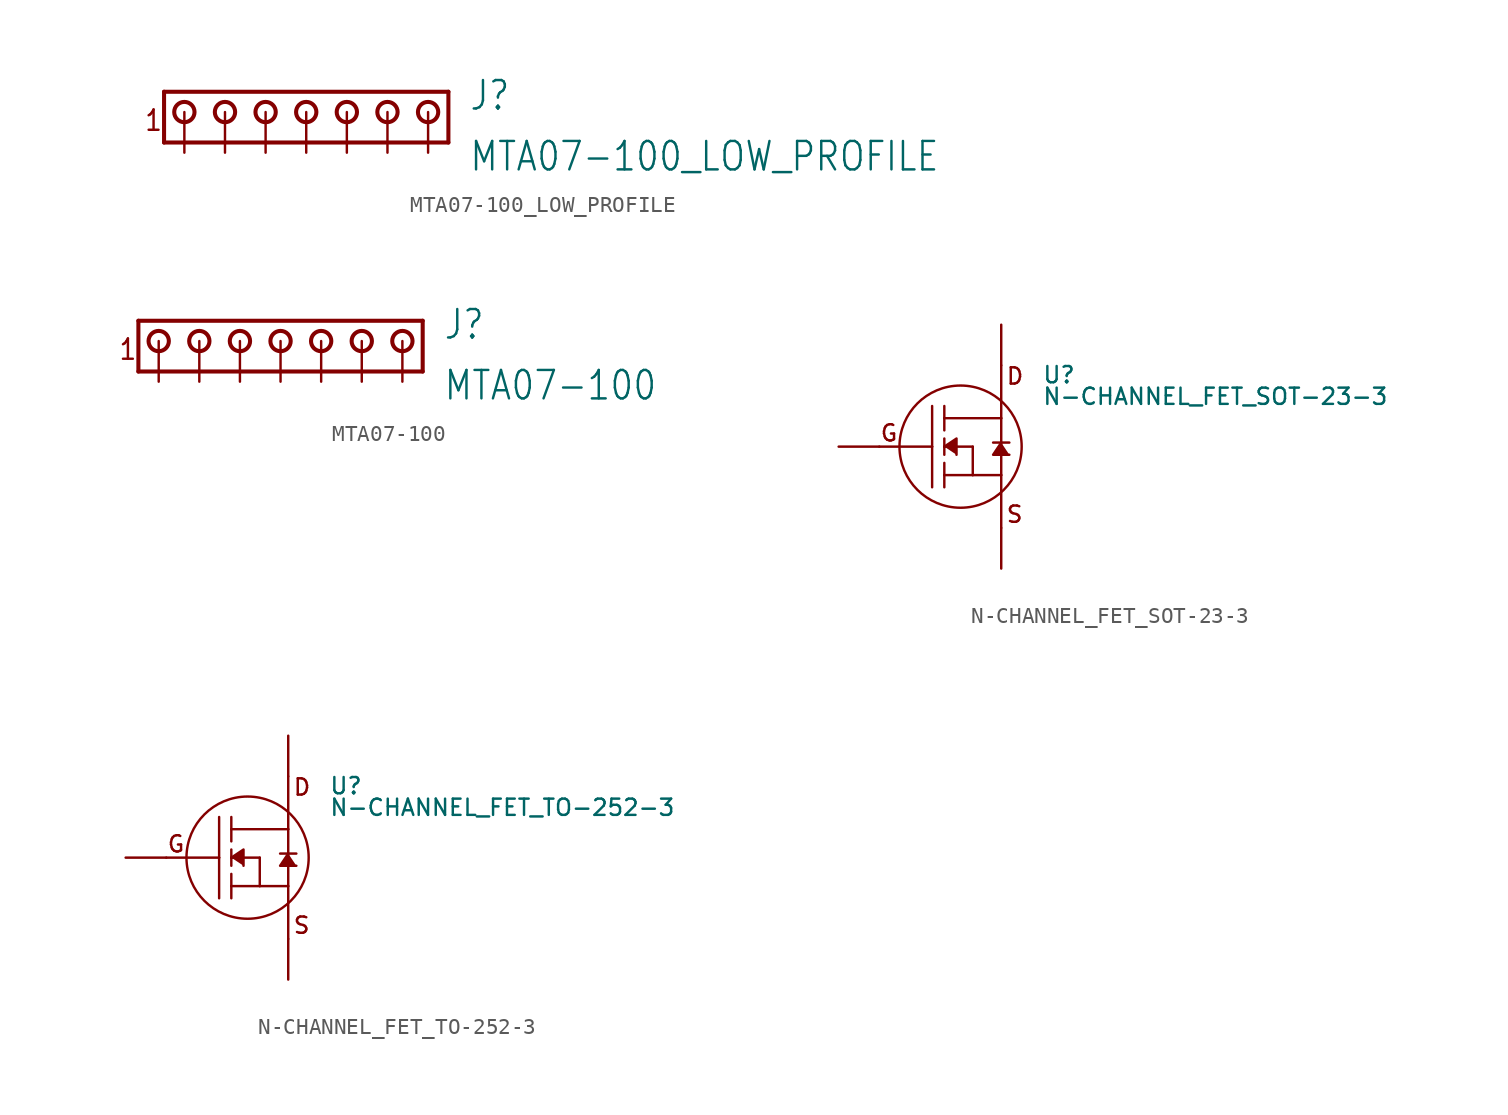
<source format=kicad_sym>
(kicad_symbol_lib
  (version 20211014)
  (generator kicad_symbol_editor)
  (symbol "MTA07-100_LOW_PROFILE"
    (property "Reference" "J"
      (at 10.16 0 0)
      (effects (font (size 1.778 1.511)) (justify left bottom)))
    (property "Value" "MTA07-100_LOW_PROFILE"
      (at 10.16 -3.81 0)
      (effects (font (size 1.778 1.511)) (justify left bottom)))
    (property "ki_locked" ""
      (at 0 0 0)
      (effects (font (size 1.27 1.27))))
    (symbol "MTA07-100_LOW_PROFILE_1_0"
      (circle (center -7.62 0) (radius 0.635) (stroke (width 0.254) (type default) (color 0 0 0 0)) (fill (type none)))
      (circle (center -5.08 0) (radius 0.635) (stroke (width 0.254) (type default) (color 0 0 0 0)) (fill (type none)))
      (circle (center -2.54 0) (radius 0.635) (stroke (width 0.254) (type default) (color 0 0 0 0)) (fill (type none)))
      (polyline (pts (xy -8.89 1.27) (xy -8.89 -1.905)) (stroke (width 0.254) (type default) (color 0 0 0 0)) (fill (type none)))
      (polyline (pts (xy -8.89 1.27) (xy 8.89 1.27)) (stroke (width 0.254) (type default) (color 0 0 0 0)) (fill (type none)))
      (polyline (pts (xy 8.89 -1.905) (xy -8.89 -1.905)) (stroke (width 0.254) (type default) (color 0 0 0 0)) (fill (type none)))
      (polyline (pts (xy 8.89 -1.905) (xy 8.89 1.27)) (stroke (width 0.254) (type default) (color 0 0 0 0)) (fill (type none)))
      (circle (center 0 0) (radius 0.635) (stroke (width 0.254) (type default) (color 0 0 0 0)) (fill (type none)))
      (circle (center 2.54 0) (radius 0.635) (stroke (width 0.254) (type default) (color 0 0 0 0)) (fill (type none)))
      (circle (center 5.08 0) (radius 0.635) (stroke (width 0.254) (type default) (color 0 0 0 0)) (fill (type none)))
      (circle (center 7.62 0) (radius 0.635) (stroke (width 0.254) (type default) (color 0 0 0 0)) (fill (type none)))
      (text "1" (at -10.16 -1.27 0) (effects (font (size 1.27 1.079)) (justify left bottom)))
      (pin passive line (at -7.62 -2.54 90) (length 2.54) (name "1" (effects (font (size 0 0)))) (number "P$1" (effects (font (size 0 0)))))
      (pin passive line (at -5.08 -2.54 90) (length 2.54) (name "2" (effects (font (size 0 0)))) (number "P$2" (effects (font (size 0 0)))))
      (pin passive line (at -2.54 -2.54 90) (length 2.54) (name "3" (effects (font (size 0 0)))) (number "P$3" (effects (font (size 0 0)))))
      (pin passive line (at 0 -2.54 90) (length 2.54) (name "4" (effects (font (size 0 0)))) (number "P$4" (effects (font (size 0 0)))))
      (pin passive line (at 2.54 -2.54 90) (length 2.54) (name "5" (effects (font (size 0 0)))) (number "P$5" (effects (font (size 0 0)))))
      (pin passive line (at 5.08 -2.54 90) (length 2.54) (name "6" (effects (font (size 0 0)))) (number "P$6" (effects (font (size 0 0)))))
      (pin passive line (at 7.62 -2.54 90) (length 2.54) (name "7" (effects (font (size 0 0)))) (number "P$7" (effects (font (size 0 0)))))))
  (symbol "MTA07-100"
    (property "Reference" "J"
      (at 10.16 0 0)
      (effects (font (size 1.778 1.511)) (justify left bottom)))
    (property "Value" "MTA07-100"
      (at 10.16 -3.81 0)
      (effects (font (size 1.778 1.511)) (justify left bottom)))
    (property "ki_locked" ""
      (at 0 0 0)
      (effects (font (size 1.27 1.27))))
    (symbol "MTA07-100_1_0"
      (circle (center -7.62 0) (radius 0.635) (stroke (width 0.254) (type default) (color 0 0 0 0)) (fill (type none)))
      (circle (center -5.08 0) (radius 0.635) (stroke (width 0.254) (type default) (color 0 0 0 0)) (fill (type none)))
      (circle (center -2.54 0) (radius 0.635) (stroke (width 0.254) (type default) (color 0 0 0 0)) (fill (type none)))
      (polyline (pts (xy -8.89 1.27) (xy -8.89 -1.905)) (stroke (width 0.254) (type default) (color 0 0 0 0)) (fill (type none)))
      (polyline (pts (xy -8.89 1.27) (xy 8.89 1.27)) (stroke (width 0.254) (type default) (color 0 0 0 0)) (fill (type none)))
      (polyline (pts (xy 8.89 -1.905) (xy -8.89 -1.905)) (stroke (width 0.254) (type default) (color 0 0 0 0)) (fill (type none)))
      (polyline (pts (xy 8.89 -1.905) (xy 8.89 1.27)) (stroke (width 0.254) (type default) (color 0 0 0 0)) (fill (type none)))
      (circle (center 0 0) (radius 0.635) (stroke (width 0.254) (type default) (color 0 0 0 0)) (fill (type none)))
      (circle (center 2.54 0) (radius 0.635) (stroke (width 0.254) (type default) (color 0 0 0 0)) (fill (type none)))
      (circle (center 5.08 0) (radius 0.635) (stroke (width 0.254) (type default) (color 0 0 0 0)) (fill (type none)))
      (circle (center 7.62 0) (radius 0.635) (stroke (width 0.254) (type default) (color 0 0 0 0)) (fill (type none)))
      (text "1" (at -10.16 -1.27 0) (effects (font (size 1.27 1.079)) (justify left bottom)))
      (pin passive line (at -7.62 -2.54 90) (length 2.54) (name "1" (effects (font (size 0 0)))) (number "1" (effects (font (size 0 0)))))
      (pin passive line (at -5.08 -2.54 90) (length 2.54) (name "2" (effects (font (size 0 0)))) (number "2" (effects (font (size 0 0)))))
      (pin passive line (at -2.54 -2.54 90) (length 2.54) (name "3" (effects (font (size 0 0)))) (number "3" (effects (font (size 0 0)))))
      (pin passive line (at 0 -2.54 90) (length 2.54) (name "4" (effects (font (size 0 0)))) (number "4" (effects (font (size 0 0)))))
      (pin passive line (at 2.54 -2.54 90) (length 2.54) (name "5" (effects (font (size 0 0)))) (number "5" (effects (font (size 0 0)))))
      (pin passive line (at 5.08 -2.54 90) (length 2.54) (name "6" (effects (font (size 0 0)))) (number "6" (effects (font (size 0 0)))))
      (pin passive line (at 7.62 -2.54 90) (length 2.54) (name "7" (effects (font (size 0 0)))) (number "7" (effects (font (size 0 0)))))))
  (symbol "N-CHANNEL_FET_SOT-23-3"
    (property "Reference" "U"
      (at 5.08 5.08 0)
      (effects (font (size 1.016 1.016)) (justify left top)))
    (property "Value" "N-CHANNEL_FET_SOT-23-3"
      (at 5.08 2.54 0)
      (effects (font (size 1.016 1.016)) (justify left bottom)))
    (property "ki_locked" ""
      (at 0 0 0)
      (effects (font (size 1.27 1.27))))
    (symbol "N-CHANNEL_FET_SOT-23-3_1_0"
      (polyline (pts (xy -5.08 0) (xy -1.778 0)) (stroke (width 0.152) (type default) (color 0 0 0 0)) (fill (type none)))
      (polyline (pts (xy -1.778 0) (xy -1.778 -2.54)) (stroke (width 0.152) (type default) (color 0 0 0 0)) (fill (type none)))
      (polyline (pts (xy -1.778 0) (xy -1.778 2.54)) (stroke (width 0.152) (type default) (color 0 0 0 0)) (fill (type none)))
      (polyline (pts (xy -1.016 -1.778) (xy -1.016 -2.54)) (stroke (width 0.152) (type default) (color 0 0 0 0)) (fill (type none)))
      (polyline (pts (xy -1.016 -1.778) (xy -1.016 -1.016)) (stroke (width 0.152) (type default) (color 0 0 0 0)) (fill (type none)))
      (polyline (pts (xy -1.016 0) (xy -1.016 -0.508)) (stroke (width 0.152) (type default) (color 0 0 0 0)) (fill (type none)))
      (polyline (pts (xy -1.016 0) (xy 0.762 0)) (stroke (width 0.152) (type default) (color 0 0 0 0)) (fill (type none)))
      (polyline (pts (xy -1.016 0.508) (xy -1.016 0)) (stroke (width 0.152) (type default) (color 0 0 0 0)) (fill (type none)))
      (polyline (pts (xy -1.016 1.778) (xy -1.016 1.016)) (stroke (width 0.152) (type default) (color 0 0 0 0)) (fill (type none)))
      (polyline (pts (xy -1.016 1.778) (xy -1.016 2.54)) (stroke (width 0.152) (type default) (color 0 0 0 0)) (fill (type none)))
      (polyline (pts (xy 0.762 -1.778) (xy -1.016 -1.778)) (stroke (width 0.152) (type default) (color 0 0 0 0)) (fill (type none)))
      (polyline (pts (xy 0.762 0) (xy 0.762 -1.778)) (stroke (width 0.152) (type default) (color 0 0 0 0)) (fill (type none)))
      (polyline (pts (xy 2.032 0.254) (xy 3.048 0.254)) (stroke (width 0.152) (type default) (color 0 0 0 0)) (fill (type none)))
      (polyline (pts (xy 2.54 -5.08) (xy 2.54 -1.778)) (stroke (width 0.152) (type default) (color 0 0 0 0)) (fill (type none)))
      (polyline (pts (xy 2.54 -1.778) (xy 0.762 -1.778)) (stroke (width 0.152) (type default) (color 0 0 0 0)) (fill (type none)))
      (polyline (pts (xy 2.54 1.778) (xy -1.016 1.778)) (stroke (width 0.152) (type default) (color 0 0 0 0)) (fill (type none)))
      (polyline (pts (xy 2.54 1.778) (xy 2.54 -1.778)) (stroke (width 0.152) (type default) (color 0 0 0 0)) (fill (type none)))
      (polyline (pts (xy 2.54 5.08) (xy 2.54 1.778)) (stroke (width 0.152) (type default) (color 0 0 0 0)) (fill (type none)))
      (polyline (pts (xy -1.016 0) (xy -0.254 0.508) (xy -0.254 -0.508)) (stroke (width 0) (type default) (color 0 0 0 0)) (fill (type outline)))
      (polyline (pts (xy 2.54 0.254) (xy 2.032 -0.508) (xy 3.048 -0.508)) (stroke (width 0) (type default) (color 0 0 0 0)) (fill (type outline)))
      (circle (center 0 0) (radius 3.818) (stroke (width 0.152) (type default) (color 0 0 0 0)) (fill (type none)))
      (text "D" (at 2.794 3.81 0) (effects (font (size 1.016 1.016)) (justify left bottom)))
      (text "G" (at -5.08 0.254 0) (effects (font (size 1.016 1.016)) (justify left bottom)))
      (text "S" (at 2.794 -4.826 0) (effects (font (size 1.016 1.016)) (justify left bottom)))
      (pin bidirectional line (at -7.62 0 0) (length 2.54) (name "GATE" (effects (font (size 0 0)))) (number "P$1" (effects (font (size 0 0)))))
      (pin bidirectional line (at 2.54 -7.62 90) (length 2.54) (name "SOURCE" (effects (font (size 0 0)))) (number "P$2" (effects (font (size 0 0)))))
      (pin bidirectional line (at 2.54 7.62 270) (length 2.54) (name "DRAIN" (effects (font (size 0 0)))) (number "P$3" (effects (font (size 0 0)))))))
  (symbol "N-CHANNEL_FET_TO-252-3"
    (property "Reference" "U"
      (at 5.08 5.08 0)
      (effects (font (size 1.016 1.016)) (justify left top)))
    (property "Value" "N-CHANNEL_FET_TO-252-3"
      (at 5.08 2.54 0)
      (effects (font (size 1.016 1.016)) (justify left bottom)))
    (property "ki_locked" ""
      (at 0 0 0)
      (effects (font (size 1.27 1.27))))
    (symbol "N-CHANNEL_FET_TO-252-3_1_0"
      (polyline (pts (xy -5.08 0) (xy -1.778 0)) (stroke (width 0.152) (type default) (color 0 0 0 0)) (fill (type none)))
      (polyline (pts (xy -1.778 0) (xy -1.778 -2.54)) (stroke (width 0.152) (type default) (color 0 0 0 0)) (fill (type none)))
      (polyline (pts (xy -1.778 0) (xy -1.778 2.54)) (stroke (width 0.152) (type default) (color 0 0 0 0)) (fill (type none)))
      (polyline (pts (xy -1.016 -1.778) (xy -1.016 -2.54)) (stroke (width 0.152) (type default) (color 0 0 0 0)) (fill (type none)))
      (polyline (pts (xy -1.016 -1.778) (xy -1.016 -1.016)) (stroke (width 0.152) (type default) (color 0 0 0 0)) (fill (type none)))
      (polyline (pts (xy -1.016 0) (xy -1.016 -0.508)) (stroke (width 0.152) (type default) (color 0 0 0 0)) (fill (type none)))
      (polyline (pts (xy -1.016 0) (xy 0.762 0)) (stroke (width 0.152) (type default) (color 0 0 0 0)) (fill (type none)))
      (polyline (pts (xy -1.016 0.508) (xy -1.016 0)) (stroke (width 0.152) (type default) (color 0 0 0 0)) (fill (type none)))
      (polyline (pts (xy -1.016 1.778) (xy -1.016 1.016)) (stroke (width 0.152) (type default) (color 0 0 0 0)) (fill (type none)))
      (polyline (pts (xy -1.016 1.778) (xy -1.016 2.54)) (stroke (width 0.152) (type default) (color 0 0 0 0)) (fill (type none)))
      (polyline (pts (xy 0.762 -1.778) (xy -1.016 -1.778)) (stroke (width 0.152) (type default) (color 0 0 0 0)) (fill (type none)))
      (polyline (pts (xy 0.762 0) (xy 0.762 -1.778)) (stroke (width 0.152) (type default) (color 0 0 0 0)) (fill (type none)))
      (polyline (pts (xy 2.032 0.254) (xy 3.048 0.254)) (stroke (width 0.152) (type default) (color 0 0 0 0)) (fill (type none)))
      (polyline (pts (xy 2.54 -5.08) (xy 2.54 -1.778)) (stroke (width 0.152) (type default) (color 0 0 0 0)) (fill (type none)))
      (polyline (pts (xy 2.54 -1.778) (xy 0.762 -1.778)) (stroke (width 0.152) (type default) (color 0 0 0 0)) (fill (type none)))
      (polyline (pts (xy 2.54 1.778) (xy -1.016 1.778)) (stroke (width 0.152) (type default) (color 0 0 0 0)) (fill (type none)))
      (polyline (pts (xy 2.54 1.778) (xy 2.54 -1.778)) (stroke (width 0.152) (type default) (color 0 0 0 0)) (fill (type none)))
      (polyline (pts (xy 2.54 5.08) (xy 2.54 1.778)) (stroke (width 0.152) (type default) (color 0 0 0 0)) (fill (type none)))
      (polyline (pts (xy -1.016 0) (xy -0.254 0.508) (xy -0.254 -0.508)) (stroke (width 0) (type default) (color 0 0 0 0)) (fill (type outline)))
      (polyline (pts (xy 2.54 0.254) (xy 2.032 -0.508) (xy 3.048 -0.508)) (stroke (width 0) (type default) (color 0 0 0 0)) (fill (type outline)))
      (circle (center 0 0) (radius 3.818) (stroke (width 0.152) (type default) (color 0 0 0 0)) (fill (type none)))
      (text "D" (at 2.794 3.81 0) (effects (font (size 1.016 1.016)) (justify left bottom)))
      (text "G" (at -5.08 0.254 0) (effects (font (size 1.016 1.016)) (justify left bottom)))
      (text "S" (at 2.794 -4.826 0) (effects (font (size 1.016 1.016)) (justify left bottom)))
      (pin bidirectional line (at -7.62 0 0) (length 2.54) (name "GATE" (effects (font (size 0 0)))) (number "1" (effects (font (size 0 0)))))
      (pin bidirectional line (at 2.54 -7.62 90) (length 2.54) (name "SOURCE" (effects (font (size 0 0)))) (number "2" (effects (font (size 0 0)))))
      (pin bidirectional line (at 2.54 7.62 270) (length 2.54) (name "DRAIN" (effects (font (size 0 0)))) (number "PAD" (effects (font (size 0 0))))))))
</source>
